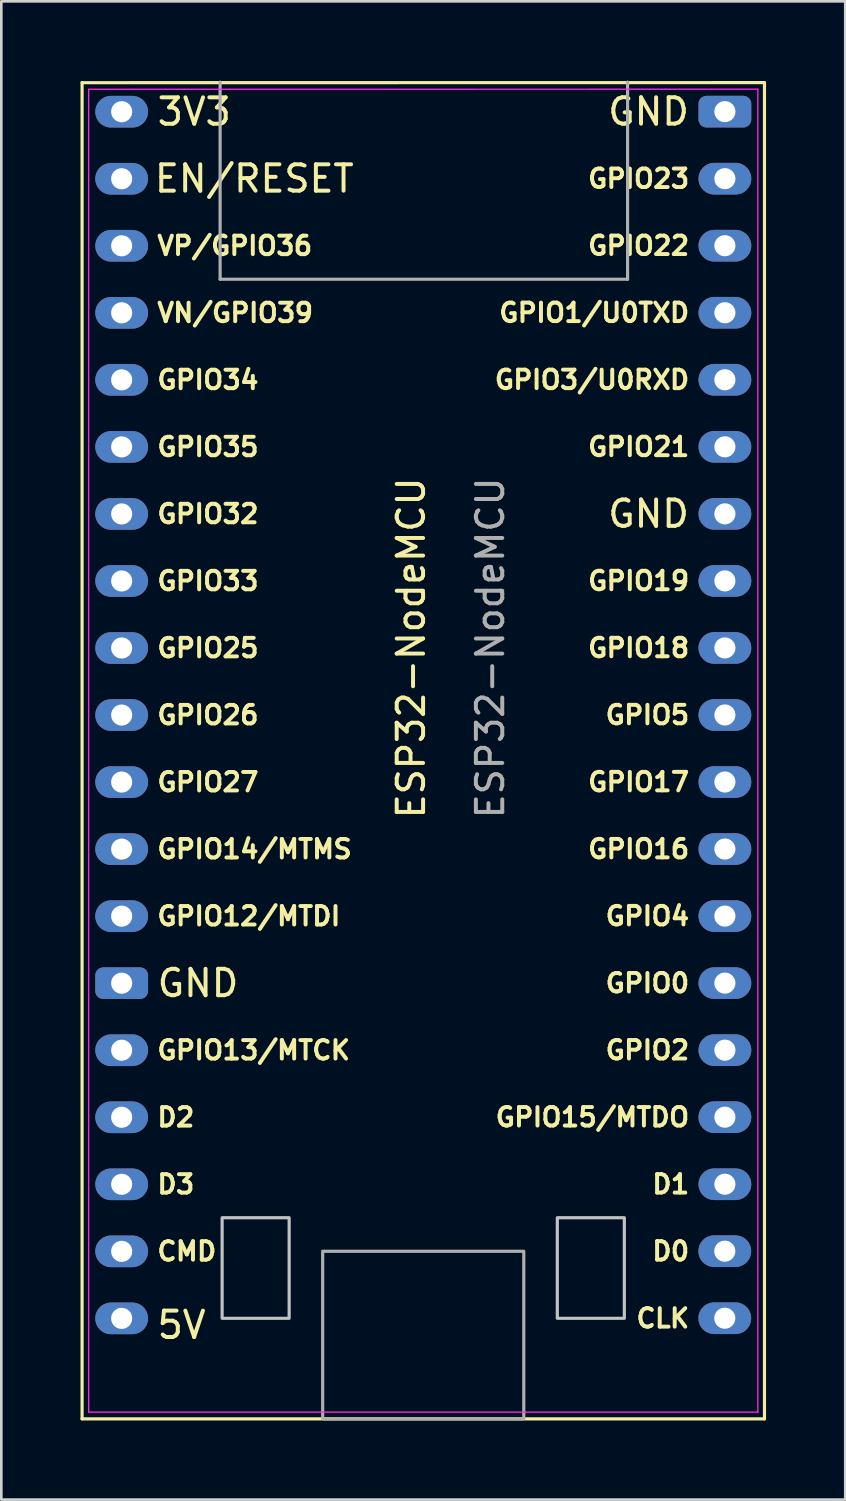
<source format=kicad_pcb>
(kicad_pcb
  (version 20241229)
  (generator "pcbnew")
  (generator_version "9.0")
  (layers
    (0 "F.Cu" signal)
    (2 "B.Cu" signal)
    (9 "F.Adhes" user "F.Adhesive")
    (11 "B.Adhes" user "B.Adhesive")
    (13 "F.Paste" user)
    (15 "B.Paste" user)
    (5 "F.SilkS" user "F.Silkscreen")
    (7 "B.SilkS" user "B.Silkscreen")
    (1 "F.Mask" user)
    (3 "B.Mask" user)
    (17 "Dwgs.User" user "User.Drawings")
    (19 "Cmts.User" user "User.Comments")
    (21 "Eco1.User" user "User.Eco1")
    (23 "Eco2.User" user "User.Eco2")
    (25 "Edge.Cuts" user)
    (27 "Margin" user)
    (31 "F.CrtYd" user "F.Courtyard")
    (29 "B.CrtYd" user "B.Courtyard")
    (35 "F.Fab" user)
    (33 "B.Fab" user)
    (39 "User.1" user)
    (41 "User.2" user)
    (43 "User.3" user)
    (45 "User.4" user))
  (footprint "ESP32-NodeMCU"
    (layer "F.Cu")
    (at 12.986 21.5)
    (property "Reference" "ESP32-NodeMCU" (at -0.46 0 90) (unlocked yes) (layer "F.SilkS") (effects (font (size 1 1) (thickness 0.15))))
    (attr through_hole)
    (fp_line (start -12.926 29.21) (end 12.93 29.21) (stroke (width 0.12) (type solid)) (layer "F.SilkS"))
    (fp_line (start -12.926 -21.417) (end -12.926 29.21) (stroke (width 0.12) (type solid)) (layer "F.SilkS"))
    (fp_line (start 12.93 29.21) (end 12.93 -21.42) (stroke (width 0.12) (type solid)) (layer "F.SilkS"))
    (fp_line (start 12.93 -21.42) (end -12.926 -21.417) (stroke (width 0.12) (type solid)) (layer "F.SilkS"))
    (fp_rect (start -7.62 21.59) (end -5.08 25.4) (stroke (width 0.12) (type default)) (fill no) (layer "Dwgs.User"))
    (fp_rect (start 5.08 21.59) (end 7.62 25.4) (stroke (width 0.12) (type default)) (fill no) (layer "Dwgs.User"))
    (fp_line (start -12.676 -21.167) (end 12.68 -21.17) (stroke (width 0.05) (type solid)) (layer "F.CrtYd"))
    (fp_line (start -12.676 28.956) (end -12.676 -21.167) (stroke (width 0.05) (type solid)) (layer "F.CrtYd"))
    (fp_line (start 12.68 -21.17) (end 12.68 28.956) (stroke (width 0.05) (type solid)) (layer "F.CrtYd"))
    (fp_line (start 12.68 28.956) (end -12.676 28.956) (stroke (width 0.05) (type solid)) (layer "F.CrtYd"))
    (fp_line (start -7.696 -21.438) (end -7.696 -13.97) (stroke (width 0.12) (type solid)) (layer "F.Fab"))
    (fp_line (start -7.696 -13.97) (end 7.743 -13.97) (stroke (width 0.12) (type solid)) (layer "F.Fab"))
    (fp_line (start 7.743 -13.97) (end 7.743 -21.44) (stroke (width 0.12) (type solid)) (layer "F.Fab"))
    (fp_rect (start -3.81 22.86) (end 3.81 29.21) (stroke (width 0.12) (type default)) (fill no) (layer "F.Fab"))
    (fp_text user "GPIO17" (at 10.16 5.08 0) (unlocked yes) (layer "F.SilkS") (effects (font (size 0.7 0.7) (thickness 0.15)) (justify right)))
    (fp_text user "GPIO0" (at 10.16 12.7 0) (unlocked yes) (layer "F.SilkS") (effects (font (size 0.7 0.7) (thickness 0.15)) (justify right)))
    (fp_text user "GPIO13/MTCK" (at -10.156 15.243 0) (unlocked yes) (layer "F.SilkS") (effects (font (size 0.7 0.7) (thickness 0.15)) (justify left)))
    (fp_text user "VP/GPIO36" (at -10.156 -15.237 0) (unlocked yes) (layer "F.SilkS") (effects (font (size 0.7 0.7) (thickness 0.15)) (justify left)))
    (fp_text user "GPIO1/U0TXD" (at 10.16 -12.7 0) (unlocked yes) (layer "F.SilkS") (effects (font (size 0.7 0.7) (thickness 0.15)) (justify right)))
    (fp_text user "GND" (at -10.156 12.703 0) (unlocked yes) (layer "F.SilkS") (effects (font (size 1 1) (thickness 0.15)) (justify left)))
    (fp_text user "GPIO34" (at -10.156 -10.157 0) (unlocked yes) (layer "F.SilkS") (effects (font (size 0.7 0.7) (thickness 0.15)) (justify left)))
    (fp_text user "GPIO3/U0RXD" (at 10.16 -10.16 0) (unlocked yes) (layer "F.SilkS") (effects (font (size 0.7 0.7) (thickness 0.15)) (justify right)))
    (fp_text user "GPIO19" (at 10.16 -2.54 0) (unlocked yes) (layer "F.SilkS") (effects (font (size 0.7 0.7) (thickness 0.15)) (justify right)))
    (fp_text user "GPIO16" (at 10.16 7.62 0) (unlocked yes) (layer "F.SilkS") (effects (font (size 0.7 0.7) (thickness 0.15)) (justify right)))
    (fp_text user "GPIO2" (at 10.16 15.24 0) (unlocked yes) (layer "F.SilkS") (effects (font (size 0.7 0.7) (thickness 0.15)) (justify right)))
    (fp_text user "D3" (at -10.156 20.323 0) (unlocked yes) (layer "F.SilkS") (effects (font (size 0.7 0.7) (thickness 0.15)) (justify left)))
    (fp_text user "VN/GPIO39" (at -10.156 -12.697 0) (unlocked yes) (layer "F.SilkS") (effects (font (size 0.7 0.7) (thickness 0.15)) (justify left)))
    (fp_text user "GPIO18" (at 10.16 0 0) (unlocked yes) (layer "F.SilkS") (effects (font (size 0.7 0.7) (thickness 0.15)) (justify right)))
    (fp_text user "GND" (at 10.16 -5.08 0) (unlocked yes) (layer "F.SilkS") (effects (font (size 1 1) (thickness 0.15)) (justify right)))
    (fp_text user "D1" (at 10.16 20.32 0) (unlocked yes) (layer "F.SilkS") (effects (font (size 0.7 0.7) (thickness 0.15)) (justify right)))
    (fp_text user "GND" (at 10.16 -20.32 0) (unlocked yes) (layer "F.SilkS") (effects (font (size 1 1) (thickness 0.15)) (justify right)))
    (fp_text user "GPIO21" (at 10.16 -7.62 0) (unlocked yes) (layer "F.SilkS") (effects (font (size 0.7 0.7) (thickness 0.15)) (justify right)))
    (fp_text user "GPIO25" (at -10.156 0.003 0) (unlocked yes) (layer "F.SilkS") (effects (font (size 0.7 0.7) (thickness 0.15)) (justify left)))
    (fp_text user "GPIO35" (at -10.156 -7.617 0) (unlocked yes) (layer "F.SilkS") (effects (font (size 0.7 0.7) (thickness 0.15)) (justify left)))
    (fp_text user "D2" (at -10.156 17.783 0) (unlocked yes) (layer "F.SilkS") (effects (font (size 0.7 0.7) (thickness 0.15)) (justify left)))
    (fp_text user "GPIO14/MTMS" (at -10.156 7.623 0) (unlocked yes) (layer "F.SilkS") (effects (font (size 0.7 0.7) (thickness 0.15)) (justify left)))
    (fp_text user "GPIO33" (at -10.156 -2.537 0) (unlocked yes) (layer "F.SilkS") (effects (font (size 0.7 0.7) (thickness 0.15)) (justify left)))
    (fp_text user "GPIO32" (at -10.156 -5.077 0) (unlocked yes) (layer "F.SilkS") (effects (font (size 0.7 0.7) (thickness 0.15)) (justify left)))
    (fp_text user "GPIO4" (at 10.16 10.16 0) (unlocked yes) (layer "F.SilkS") (effects (font (size 0.7 0.7) (thickness 0.15)) (justify right)))
    (fp_text user "GPIO22" (at 10.16 -15.24 0) (unlocked yes) (layer "F.SilkS") (effects (font (size 0.7 0.7) (thickness 0.15)) (justify right)))
    (fp_text user "D0" (at 10.16 22.86 0) (unlocked yes) (layer "F.SilkS") (effects (font (size 0.7 0.7) (thickness 0.15)) (justify right)))
    (fp_text user "GPIO23" (at 10.16 -17.78 0) (unlocked yes) (layer "F.SilkS") (effects (font (size 0.7 0.7) (thickness 0.15)) (justify right)))
    (fp_text user "GPIO27" (at -10.156 5.083 0) (unlocked yes) (layer "F.SilkS") (effects (font (size 0.7 0.7) (thickness 0.15)) (justify left)))
    (fp_text user "GPIO5" (at 10.16 2.54 0) (unlocked yes) (layer "F.SilkS") (effects (font (size 0.7 0.7) (thickness 0.15)) (justify right)))
    (fp_text user "EN/RESET" (at -2.54 -17.78 0) (unlocked yes) (layer "F.SilkS") (effects (font (size 1 1) (thickness 0.15)) (justify right)))
    (fp_text user "GPIO12/MTDI" (at -10.156 10.163 0) (unlocked yes) (layer "F.SilkS") (effects (font (size 0.7 0.7) (thickness 0.15)) (justify left)))
    (fp_text user "CLK" (at 10.16 25.4 0) (unlocked yes) (layer "F.SilkS") (effects (font (size 0.7 0.7) (thickness 0.15)) (justify right)))
    (fp_text user "CMD" (at -10.156 22.863 0) (unlocked yes) (layer "F.SilkS") (effects (font (size 0.7 0.7) (thickness 0.15)) (justify left)))
    (fp_text user "5V" (at -10.16 25.654 0) (unlocked yes) (layer "F.SilkS") (effects (font (size 1 1) (thickness 0.15)) (justify left)))
    (fp_text user "GPIO26" (at -10.156 2.543 0) (unlocked yes) (layer "F.SilkS") (effects (font (size 0.7 0.7) (thickness 0.15)) (justify left)))
    (fp_text user "3V3" (at -10.156 -20.317 0) (unlocked yes) (layer "F.SilkS") (effects (font (size 1 1) (thickness 0.15)) (justify left)))
    (fp_text user "GPIO15/MTDO" (at 10.16 17.78 0) (unlocked yes) (layer "F.SilkS") (effects (font (size 0.7 0.7) (thickness 0.15)) (justify right)))
    (fp_text user "${REFERENCE}" (at 2.54 0 90) (unlocked yes) (layer "F.Fab") (effects (font (size 1 1) (thickness 0.15))))
    (pad "1" thru_hole oval (at -11.426 -20.317 270) (size 1.2 2) (drill 0.8) (layers "*.Cu" "*.Mask"))
    (pad "2" thru_hole oval (at -11.426 -17.777 270) (size 1.2 2) (drill 0.8) (layers "*.Cu" "*.Mask"))
    (pad "3" thru_hole oval (at -11.426 -15.237 270) (size 1.2 2) (drill 0.8) (layers "*.Cu" "*.Mask"))
    (pad "4" thru_hole oval (at -11.426 -12.697 270) (size 1.2 2) (drill 0.8) (layers "*.Cu" "*.Mask"))
    (pad "5" thru_hole oval (at -11.426 -10.157 270) (size 1.2 2) (drill 0.8) (layers "*.Cu" "*.Mask"))
    (pad "6" thru_hole oval (at -11.426 -7.617 270) (size 1.2 2) (drill 0.8) (layers "*.Cu" "*.Mask"))
    (pad "7" thru_hole oval (at -11.426 -5.077 270) (size 1.2 2) (drill 0.8) (layers "*.Cu" "*.Mask"))
    (pad "8" thru_hole oval (at -11.426 -2.537 270) (size 1.2 2) (drill 0.8) (layers "*.Cu" "*.Mask"))
    (pad "9" thru_hole oval (at -11.426 0.003 270) (size 1.2 2) (drill 0.8) (layers "*.Cu" "*.Mask"))
    (pad "10" thru_hole oval (at -11.426 2.543 270) (size 1.2 2) (drill 0.8) (layers "*.Cu" "*.Mask"))
    (pad "11" thru_hole oval (at -11.426 5.083 270) (size 1.2 2) (drill 0.8) (layers "*.Cu" "*.Mask"))
    (pad "12" thru_hole oval (at -11.426 7.623 270) (size 1.2 2) (drill 0.8) (layers "*.Cu" "*.Mask"))
    (pad "13" thru_hole oval (at -11.426 10.163 270) (size 1.2 2) (drill 0.8) (layers "*.Cu" "*.Mask"))
    (pad "14" thru_hole roundrect (at -11.426 12.703 270) (size 1.2 2) (drill 0.8) (layers "*.Cu" "*.Mask") (roundrect_rratio 0.25))
    (pad "15" thru_hole oval (at -11.426 15.243 270) (size 1.2 2) (drill 0.8) (layers "*.Cu" "*.Mask"))
    (pad "16" thru_hole oval (at -11.426 17.783 270) (size 1.2 2) (drill 0.8) (layers "*.Cu" "*.Mask"))
    (pad "17" thru_hole oval (at -11.426 20.323 270) (size 1.2 2) (drill 0.8) (layers "*.Cu" "*.Mask"))
    (pad "18" thru_hole oval (at -11.426 22.863 270) (size 1.2 2) (drill 0.8) (layers "*.Cu" "*.Mask"))
    (pad "19" thru_hole oval (at -11.426 25.403 270) (size 1.2 2) (drill 0.8) (layers "*.Cu" "*.Mask"))
    (pad "20" thru_hole oval (at 11.426 25.397 270) (size 1.2 2) (drill 0.8) (layers "*.Cu" "*.Mask"))
    (pad "21" thru_hole oval (at 11.426 22.857 270) (size 1.2 2) (drill 0.8) (layers "*.Cu" "*.Mask"))
    (pad "22" thru_hole oval (at 11.43 20.32 270) (size 1.2 2) (drill 0.8) (layers "*.Cu" "*.Mask"))
    (pad "23" thru_hole oval (at 11.43 17.78 270) (size 1.2 2) (drill 0.8) (layers "*.Cu" "*.Mask"))
    (pad "24" thru_hole oval (at 11.43 15.24 270) (size 1.2 2) (drill 0.8) (layers "*.Cu" "*.Mask"))
    (pad "25" thru_hole oval (at 11.43 12.7 270) (size 1.2 2) (drill 0.8) (layers "*.Cu" "*.Mask"))
    (pad "26" thru_hole oval (at 11.43 10.16 270) (size 1.2 2) (drill 0.8) (layers "*.Cu" "*.Mask"))
    (pad "27" thru_hole oval (at 11.43 7.62 270) (size 1.2 2) (drill 0.8) (layers "*.Cu" "*.Mask"))
    (pad "28" thru_hole oval (at 11.43 5.08 270) (size 1.2 2) (drill 0.8) (layers "*.Cu" "*.Mask"))
    (pad "29" thru_hole oval (at 11.43 2.54 270) (size 1.2 2) (drill 0.8) (layers "*.Cu" "*.Mask"))
    (pad "30" thru_hole oval (at 11.43 0 270) (size 1.2 2) (drill 0.8) (layers "*.Cu" "*.Mask"))
    (pad "31" thru_hole oval (at 11.43 -2.54 270) (size 1.2 2) (drill 0.8) (layers "*.Cu" "*.Mask"))
    (pad "32" thru_hole oval (at 11.43 -5.08 270) (size 1.2 2) (drill 0.8) (layers "*.Cu" "*.Mask"))
    (pad "33" thru_hole oval (at 11.43 -7.62 270) (size 1.2 2) (drill 0.8) (layers "*.Cu" "*.Mask"))
    (pad "34" thru_hole oval (at 11.43 -10.16 270) (size 1.2 2) (drill 0.8) (layers "*.Cu" "*.Mask"))
    (pad "35" thru_hole oval (at 11.43 -12.7 270) (size 1.2 2) (drill 0.8) (layers "*.Cu" "*.Mask"))
    (pad "36" thru_hole oval (at 11.43 -15.24 270) (size 1.2 2) (drill 0.8) (layers "*.Cu" "*.Mask"))
    (pad "37" thru_hole oval (at 11.43 -17.78 270) (size 1.2 2) (drill 0.8) (layers "*.Cu" "*.Mask"))
    (pad "38" thru_hole roundrect (at 11.43 -20.32 270) (size 1.2 2) (drill 0.8) (layers "*.Cu" "*.Mask") (roundrect_rratio 0.25)))
  (gr_rect
    (start -3 -3)
    (end 28.976 53.77)
    (stroke (width 0.1) (type default))
    (fill no)
    (layer "Edge.Cuts")))
</source>
